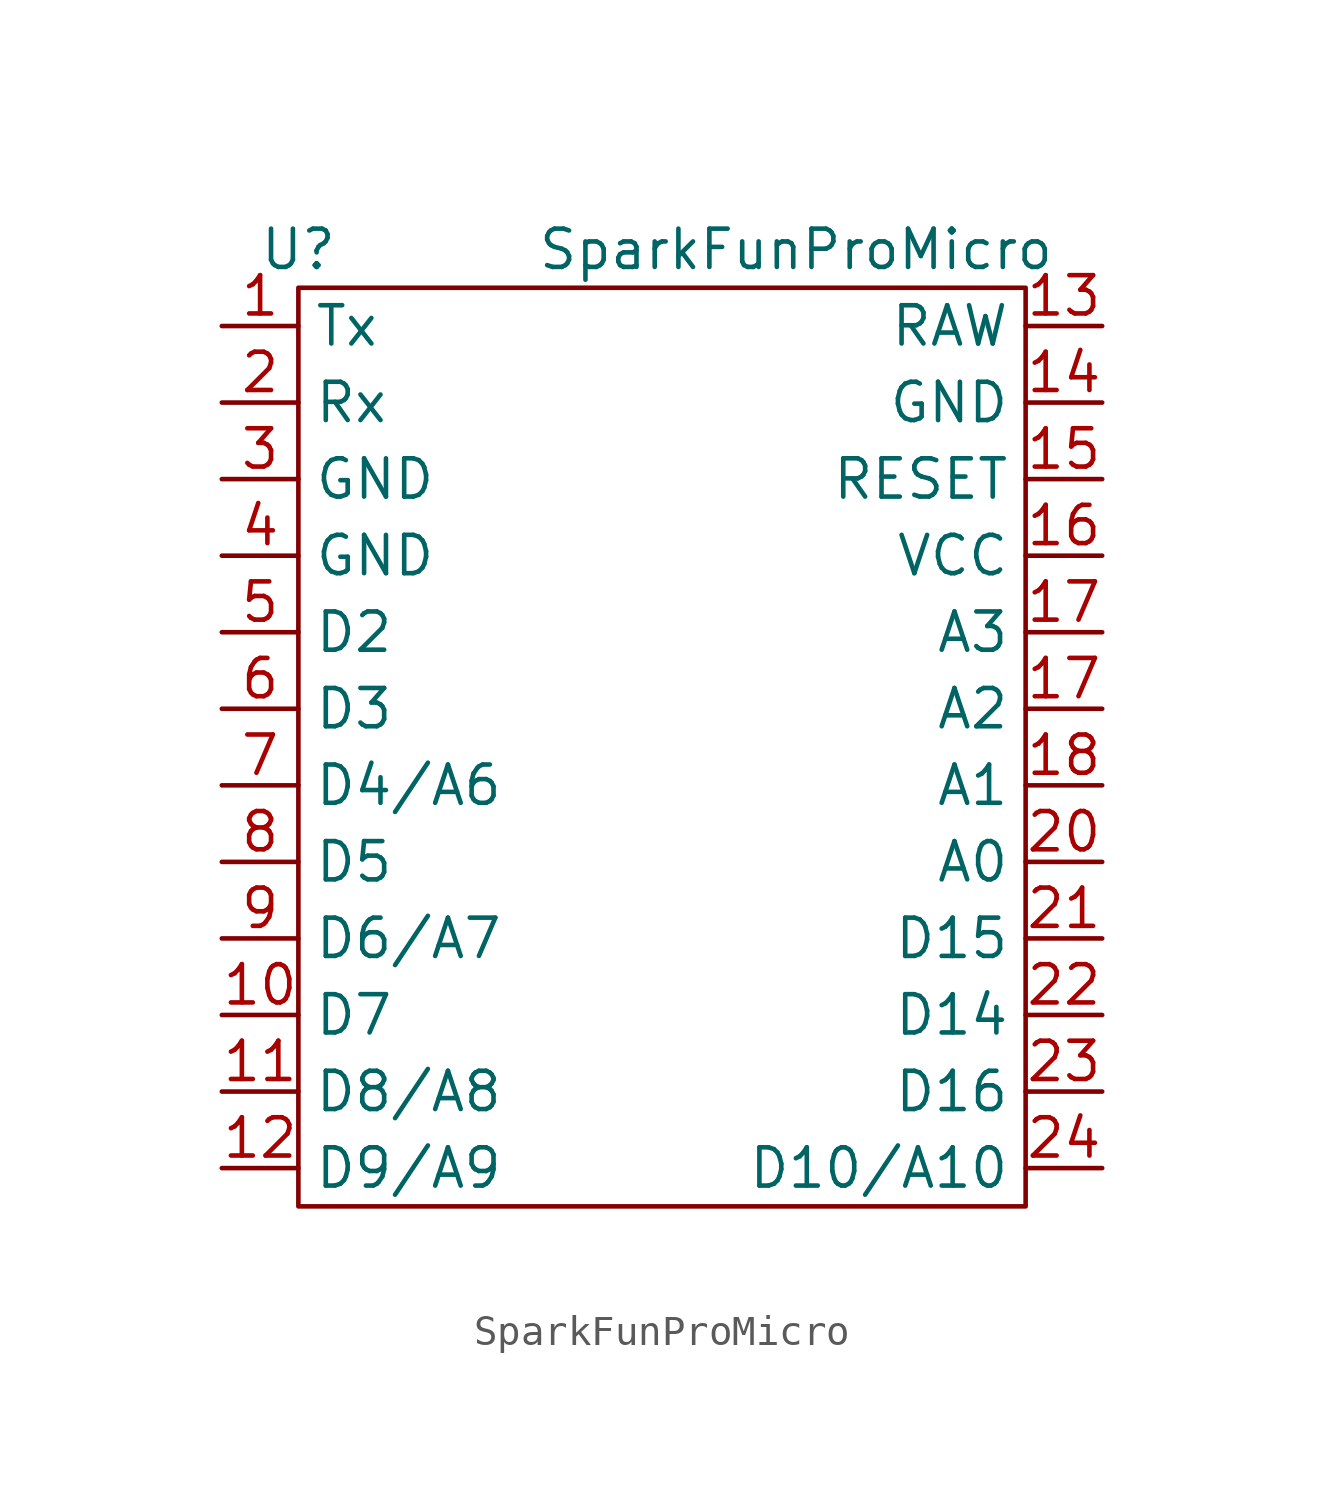
<source format=kicad_sym>
(kicad_symbol_lib
  (version 20211014)
  (generator kicad_symbol_editor)
  (symbol "SparkFunProMicro"
    (property "Reference" "U"
      (at -1.27 3.81 0)
      (effects (font (size 1.27 1.27))))
    (property "Value" "SparkFunProMicro"
      (at 15.24 3.81 0)
      (effects (font (size 1.27 1.27))))
    (symbol "SparkFunProMicro_0_1"
      (rectangle (start -1.27 2.54) (end 22.86 -27.94) (stroke (width 0) (type default) (color 0 0 0 0)) (fill (type none))))
    (symbol "SparkFunProMicro_1_1"
      (pin output line (at -3.81 1.27 0) (length 2.54) (name "Tx" (effects (font (size 1.27 1.27)))) (number "1" (effects (font (size 1.27 1.27)))))
      (pin bidirectional line (at -3.81 -21.59 0) (length 2.54) (name "D7" (effects (font (size 1.27 1.27)))) (number "10" (effects (font (size 1.27 1.27)))))
      (pin bidirectional line (at -3.81 -24.13 0) (length 2.54) (name "D8/A8" (effects (font (size 1.27 1.27)))) (number "11" (effects (font (size 1.27 1.27)))))
      (pin bidirectional line (at -3.81 -26.67 0) (length 2.54) (name "D9/A9" (effects (font (size 1.27 1.27)))) (number "12" (effects (font (size 1.27 1.27)))))
      (pin input line (at 25.4 1.27 180) (length 2.54) (name "RAW" (effects (font (size 1.27 1.27)))) (number "13" (effects (font (size 1.27 1.27)))))
      (pin input line (at 25.4 -1.27 180) (length 2.54) (name "GND" (effects (font (size 1.27 1.27)))) (number "14" (effects (font (size 1.27 1.27)))))
      (pin input line (at 25.4 -3.81 180) (length 2.54) (name "RESET" (effects (font (size 1.27 1.27)))) (number "15" (effects (font (size 1.27 1.27)))))
      (pin input line (at 25.4 -6.35 180) (length 2.54) (name "VCC" (effects (font (size 1.27 1.27)))) (number "16" (effects (font (size 1.27 1.27)))))
      (pin bidirectional line (at 25.4 -11.43 180) (length 2.54) (name "A2" (effects (font (size 1.27 1.27)))) (number "17" (effects (font (size 1.27 1.27)))))
      (pin bidirectional line (at 25.4 -8.89 180) (length 2.54) (name "A3" (effects (font (size 1.27 1.27)))) (number "17" (effects (font (size 1.27 1.27)))))
      (pin bidirectional line (at 25.4 -13.97 180) (length 2.54) (name "A1" (effects (font (size 1.27 1.27)))) (number "18" (effects (font (size 1.27 1.27)))))
      (pin input line (at -3.81 -1.27 0) (length 2.54) (name "Rx" (effects (font (size 1.27 1.27)))) (number "2" (effects (font (size 1.27 1.27)))))
      (pin bidirectional line (at 25.4 -16.51 180) (length 2.54) (name "A0" (effects (font (size 1.27 1.27)))) (number "20" (effects (font (size 1.27 1.27)))))
      (pin bidirectional line (at 25.4 -19.05 180) (length 2.54) (name "D15" (effects (font (size 1.27 1.27)))) (number "21" (effects (font (size 1.27 1.27)))))
      (pin bidirectional line (at 25.4 -21.59 180) (length 2.54) (name "D14" (effects (font (size 1.27 1.27)))) (number "22" (effects (font (size 1.27 1.27)))))
      (pin bidirectional line (at 25.4 -24.13 180) (length 2.54) (name "D16" (effects (font (size 1.27 1.27)))) (number "23" (effects (font (size 1.27 1.27)))))
      (pin bidirectional line (at 25.4 -26.67 180) (length 2.54) (name "D10/A10" (effects (font (size 1.27 1.27)))) (number "24" (effects (font (size 1.27 1.27)))))
      (pin input line (at -3.81 -3.81 0) (length 2.54) (name "GND" (effects (font (size 1.27 1.27)))) (number "3" (effects (font (size 1.27 1.27)))))
      (pin input line (at -3.81 -6.35 0) (length 2.54) (name "GND" (effects (font (size 1.27 1.27)))) (number "4" (effects (font (size 1.27 1.27)))))
      (pin bidirectional line (at -3.81 -8.89 0) (length 2.54) (name "D2" (effects (font (size 1.27 1.27)))) (number "5" (effects (font (size 1.27 1.27)))))
      (pin bidirectional line (at -3.81 -11.43 0) (length 2.54) (name "D3" (effects (font (size 1.27 1.27)))) (number "6" (effects (font (size 1.27 1.27)))))
      (pin bidirectional line (at -3.81 -13.97 0) (length 2.54) (name "D4/A6" (effects (font (size 1.27 1.27)))) (number "7" (effects (font (size 1.27 1.27)))))
      (pin bidirectional line (at -3.81 -16.51 0) (length 2.54) (name "D5" (effects (font (size 1.27 1.27)))) (number "8" (effects (font (size 1.27 1.27)))))
      (pin bidirectional line (at -3.81 -19.05 0) (length 2.54) (name "D6/A7" (effects (font (size 1.27 1.27)))) (number "9" (effects (font (size 1.27 1.27))))))))
</source>
